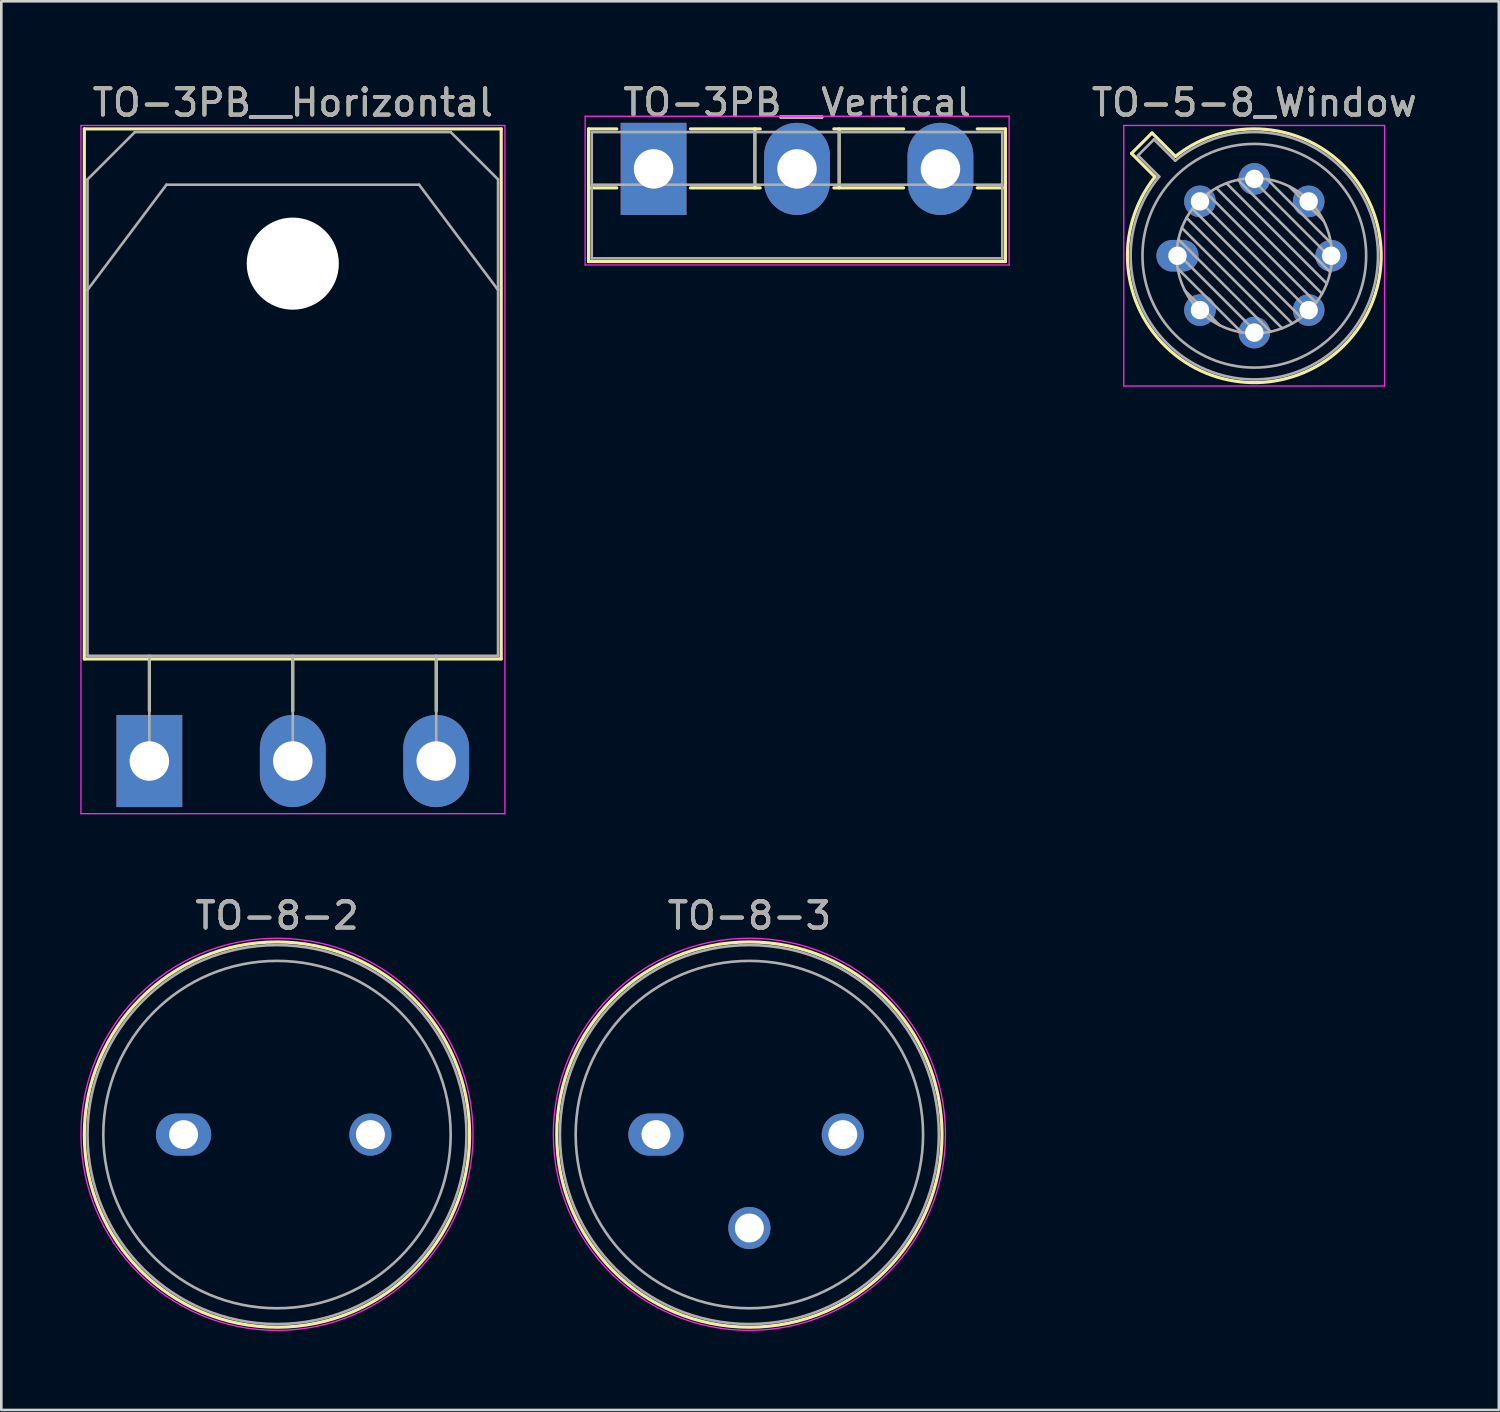
<source format=kicad_pcb>
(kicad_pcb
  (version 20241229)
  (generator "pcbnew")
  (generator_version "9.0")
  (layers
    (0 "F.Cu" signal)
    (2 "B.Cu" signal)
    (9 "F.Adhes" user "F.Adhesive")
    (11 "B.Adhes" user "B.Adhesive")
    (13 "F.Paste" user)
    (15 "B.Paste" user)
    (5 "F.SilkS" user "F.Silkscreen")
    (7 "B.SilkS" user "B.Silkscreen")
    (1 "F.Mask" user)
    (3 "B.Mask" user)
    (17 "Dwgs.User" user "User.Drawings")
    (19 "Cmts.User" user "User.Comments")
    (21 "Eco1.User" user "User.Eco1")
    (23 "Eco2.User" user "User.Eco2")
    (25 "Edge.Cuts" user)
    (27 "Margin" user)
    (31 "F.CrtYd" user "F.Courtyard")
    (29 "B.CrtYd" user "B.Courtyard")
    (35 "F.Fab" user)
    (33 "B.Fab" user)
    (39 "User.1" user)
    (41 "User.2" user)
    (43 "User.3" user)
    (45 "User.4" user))
  (footprint "TO-3PB__Vertical"
    (layer "F.Cu")
    (at 21.785 3.368)
    (property "Reference" "TO-3PB__Vertical" (at 5.45 -2.52 0) (layer "F.SilkS") (effects (font (size 1 1) (thickness 0.15))))
    (attr through_hole)
    (fp_line (start -2.47 -1.52) (end -2.47 3.52) (stroke (width 0.12) (type solid)) (layer "F.SilkS"))
    (fp_line (start -2.47 -1.52) (end -1.4 -1.52) (stroke (width 0.12) (type solid)) (layer "F.SilkS"))
    (fp_line (start -2.47 0.721) (end -1.4 0.721) (stroke (width 0.12) (type solid)) (layer "F.SilkS"))
    (fp_line (start -2.47 3.52) (end 13.37 3.52) (stroke (width 0.12) (type solid)) (layer "F.SilkS"))
    (fp_line (start 1.4 -1.52) (end 4.051 -1.52) (stroke (width 0.12) (type solid)) (layer "F.SilkS"))
    (fp_line (start 1.4 0.721) (end 4.051 0.721) (stroke (width 0.12) (type solid)) (layer "F.SilkS"))
    (fp_line (start 3.85 -1.52) (end 3.85 0.721) (stroke (width 0.12) (type solid)) (layer "F.SilkS"))
    (fp_line (start 6.85 -1.52) (end 9.5 -1.52) (stroke (width 0.12) (type solid)) (layer "F.SilkS"))
    (fp_line (start 6.85 0.721) (end 9.5 0.721) (stroke (width 0.12) (type solid)) (layer "F.SilkS"))
    (fp_line (start 7.051 -1.52) (end 7.051 0.721) (stroke (width 0.12) (type solid)) (layer "F.SilkS"))
    (fp_line (start 12.3 -1.52) (end 13.37 -1.52) (stroke (width 0.12) (type solid)) (layer "F.SilkS"))
    (fp_line (start 12.3 0.721) (end 13.37 0.721) (stroke (width 0.12) (type solid)) (layer "F.SilkS"))
    (fp_line (start 13.37 -1.52) (end 13.37 3.52) (stroke (width 0.12) (type solid)) (layer "F.SilkS"))
    (fp_line (start -2.6 -2) (end -2.6 3.65) (stroke (width 0.05) (type solid)) (layer "F.CrtYd"))
    (fp_line (start -2.6 3.65) (end 13.51 3.65) (stroke (width 0.05) (type solid)) (layer "F.CrtYd"))
    (fp_line (start 13.51 -2) (end -2.6 -2) (stroke (width 0.05) (type solid)) (layer "F.CrtYd"))
    (fp_line (start 13.51 3.65) (end 13.51 -2) (stroke (width 0.05) (type solid)) (layer "F.CrtYd"))
    (fp_line (start -2.35 -1.4) (end -2.35 3.4) (stroke (width 0.1) (type solid)) (layer "F.Fab"))
    (fp_line (start -2.35 0.6) (end 13.25 0.6) (stroke (width 0.1) (type solid)) (layer "F.Fab"))
    (fp_line (start -2.35 3.4) (end 13.25 3.4) (stroke (width 0.1) (type solid)) (layer "F.Fab"))
    (fp_line (start 3.85 -1.4) (end 3.85 0.6) (stroke (width 0.1) (type solid)) (layer "F.Fab"))
    (fp_line (start 7.05 -1.4) (end 7.05 0.6) (stroke (width 0.1) (type solid)) (layer "F.Fab"))
    (fp_line (start 13.25 -1.4) (end -2.35 -1.4) (stroke (width 0.1) (type solid)) (layer "F.Fab"))
    (fp_line (start 13.25 3.4) (end 13.25 -1.4) (stroke (width 0.1) (type solid)) (layer "F.Fab"))
    (fp_text user "${REFERENCE}" (at 5.45 -2.52 0) (layer "F.Fab") (effects (font (size 1 1) (thickness 0.15))))
    (pad "1" thru_hole rect (at 0 0) (size 2.5 3.5) (drill 1.5) (layers "*.Cu" "*.Mask"))
    (pad "2" thru_hole oval (at 5.45 0) (size 2.5 3.5) (drill 1.5) (layers "*.Cu" "*.Mask"))
    (pad "3" thru_hole oval (at 10.9 0) (size 2.5 3.5) (drill 1.5) (layers "*.Cu" "*.Mask")))
  (footprint "TO-3PB__Horizontal"
    (layer "F.Cu")
    (at 2.625 25.868)
    (property "Reference" "TO-3PB__Horizontal" (at 5.45 -25.02 0) (layer "F.SilkS") (effects (font (size 1 1) (thickness 0.15))))
    (attr through_hole)
    (fp_line (start -2.47 -24.02) (end -2.47 -3.88) (stroke (width 0.12) (type solid)) (layer "F.SilkS"))
    (fp_line (start -2.47 -24.02) (end 13.37 -24.02) (stroke (width 0.12) (type solid)) (layer "F.SilkS"))
    (fp_line (start -2.47 -3.88) (end 13.37 -3.88) (stroke (width 0.12) (type solid)) (layer "F.SilkS"))
    (fp_line (start 0 -3.88) (end 0 -1.9) (stroke (width 0.12) (type solid)) (layer "F.SilkS"))
    (fp_line (start 5.45 -3.88) (end 5.45 -1.9) (stroke (width 0.12) (type solid)) (layer "F.SilkS"))
    (fp_line (start 10.9 -3.88) (end 10.9 -1.9) (stroke (width 0.12) (type solid)) (layer "F.SilkS"))
    (fp_line (start 13.37 -24.02) (end 13.37 -3.88) (stroke (width 0.12) (type solid)) (layer "F.SilkS"))
    (fp_line (start -2.6 -24.15) (end -2.6 2) (stroke (width 0.05) (type solid)) (layer "F.CrtYd"))
    (fp_line (start -2.6 2) (end 13.51 2) (stroke (width 0.05) (type solid)) (layer "F.CrtYd"))
    (fp_line (start 13.51 -24.15) (end -2.6 -24.15) (stroke (width 0.05) (type solid)) (layer "F.CrtYd"))
    (fp_line (start 13.51 2) (end 13.51 -24.15) (stroke (width 0.05) (type solid)) (layer "F.CrtYd"))
    (fp_line (start -2.35 -22.1) (end -0.55 -23.9) (stroke (width 0.1) (type solid)) (layer "F.Fab"))
    (fp_line (start -2.35 -17.9) (end -2.35 -22.1) (stroke (width 0.1) (type solid)) (layer "F.Fab"))
    (fp_line (start -2.35 -17.9) (end 0.651 -21.9) (stroke (width 0.1) (type solid)) (layer "F.Fab"))
    (fp_line (start -2.35 -4) (end -2.35 -17.9) (stroke (width 0.1) (type solid)) (layer "F.Fab"))
    (fp_line (start -0.55 -23.9) (end 11.45 -23.9) (stroke (width 0.1) (type solid)) (layer "F.Fab"))
    (fp_line (start 0 -4) (end 0 0) (stroke (width 0.1) (type solid)) (layer "F.Fab"))
    (fp_line (start 0.651 -21.9) (end 10.25 -21.9) (stroke (width 0.1) (type solid)) (layer "F.Fab"))
    (fp_line (start 5.45 -4) (end 5.45 0) (stroke (width 0.1) (type solid)) (layer "F.Fab"))
    (fp_line (start 10.25 -21.9) (end 13.25 -17.9) (stroke (width 0.1) (type solid)) (layer "F.Fab"))
    (fp_line (start 10.9 -4) (end 10.9 0) (stroke (width 0.1) (type solid)) (layer "F.Fab"))
    (fp_line (start 11.45 -23.9) (end 13.25 -22.1) (stroke (width 0.1) (type solid)) (layer "F.Fab"))
    (fp_line (start 13.25 -22.1) (end 13.25 -17.9) (stroke (width 0.1) (type solid)) (layer "F.Fab"))
    (fp_line (start 13.25 -17.9) (end 13.25 -4) (stroke (width 0.1) (type solid)) (layer "F.Fab"))
    (fp_line (start 13.25 -4) (end -2.35 -4) (stroke (width 0.1) (type solid)) (layer "F.Fab"))
    (fp_circle (center 5.45 -18.9) (end 7.05 -18.9) (stroke (width 0.1) (type solid)) (fill no) (layer "F.Fab"))
    (fp_text user "${REFERENCE}" (at 5.45 -25.02 0) (layer "F.Fab") (effects (font (size 1 1) (thickness 0.15))))
    (pad "" np_thru_hole oval (at 5.45 -18.9) (size 3.5 3.5) (drill 3.5) (layers "*.Cu" "*.Mask"))
    (pad "1" thru_hole rect (at 0 0) (size 2.5 3.5) (drill 1.5) (layers "*.Cu" "*.Mask"))
    (pad "2" thru_hole oval (at 5.45 0) (size 2.5 3.5) (drill 1.5) (layers "*.Cu" "*.Mask"))
    (pad "3" thru_hole oval (at 10.9 0) (size 2.5 3.5) (drill 1.5) (layers "*.Cu" "*.Mask")))
  (footprint "TO-5-8_Window"
    (layer "F.Cu")
    (at 41.692 6.668)
    (property "Reference" "TO-5-8_Window" (at 2.92 -5.82 0) (layer "F.SilkS") (effects (font (size 1 1) (thickness 0.15))))
    (attr through_hole)
    (fp_line (start -1.746 -3.888) (end -0.855 -2.997) (stroke (width 0.12) (type solid)) (layer "F.SilkS"))
    (fp_line (start -0.968 -4.666) (end -1.746 -3.888) (stroke (width 0.12) (type solid)) (layer "F.SilkS"))
    (fp_line (start -0.077 -3.775) (end -0.968 -4.666) (stroke (width 0.12) (type solid)) (layer "F.SilkS"))
    (fp_arc (start -0.077084 -3.774902) (mid 6.328125 3.408384) (end -0.854674 -2.997371) (stroke (width 0.12) (type solid)) (layer "F.SilkS"))
    (fp_line (start -2.04 -4.95) (end -2.04 4.95) (stroke (width 0.05) (type solid)) (layer "F.CrtYd"))
    (fp_line (start -2.04 4.95) (end 7.87 4.95) (stroke (width 0.05) (type solid)) (layer "F.CrtYd"))
    (fp_line (start 7.87 -4.95) (end -2.04 -4.95) (stroke (width 0.05) (type solid)) (layer "F.CrtYd"))
    (fp_line (start 7.87 4.95) (end 7.87 -4.95) (stroke (width 0.05) (type solid)) (layer "F.CrtYd"))
    (fp_line (start -1.5 -3.812) (end -0.694 -3.005) (stroke (width 0.1) (type solid)) (layer "F.Fab"))
    (fp_line (start -0.892 -4.42) (end -1.5 -3.812) (stroke (width 0.1) (type solid)) (layer "F.Fab"))
    (fp_line (start -0.085 -3.614) (end -0.892 -4.42) (stroke (width 0.1) (type solid)) (layer "F.Fab"))
    (fp_line (start -0.028 -0.12) (end 3.04 2.948) (stroke (width 0.1) (type solid)) (layer "F.Fab"))
    (fp_line (start 0.009 0.485) (end 2.435 2.911) (stroke (width 0.1) (type solid)) (layer "F.Fab"))
    (fp_line (start 0.036 -0.622) (end 3.542 2.884) (stroke (width 0.1) (type solid)) (layer "F.Fab"))
    (fp_line (start 0.165 -1.058) (end 3.978 2.755) (stroke (width 0.1) (type solid)) (layer "F.Fab"))
    (fp_line (start 0.283 1.324) (end 1.596 2.637) (stroke (width 0.1) (type solid)) (layer "F.Fab"))
    (fp_line (start 0.346 -1.443) (end 4.363 2.574) (stroke (width 0.1) (type solid)) (layer "F.Fab"))
    (fp_line (start 0.57 -1.784) (end 4.704 2.35) (stroke (width 0.1) (type solid)) (layer "F.Fab"))
    (fp_line (start 0.834 -2.086) (end 5.006 2.086) (stroke (width 0.1) (type solid)) (layer "F.Fab"))
    (fp_line (start 1.136 -2.35) (end 5.27 1.784) (stroke (width 0.1) (type solid)) (layer "F.Fab"))
    (fp_line (start 1.477 -2.574) (end 5.494 1.443) (stroke (width 0.1) (type solid)) (layer "F.Fab"))
    (fp_line (start 1.862 -2.755) (end 5.675 1.058) (stroke (width 0.1) (type solid)) (layer "F.Fab"))
    (fp_line (start 2.298 -2.884) (end 5.804 0.622) (stroke (width 0.1) (type solid)) (layer "F.Fab"))
    (fp_line (start 2.8 -2.948) (end 5.868 0.12) (stroke (width 0.1) (type solid)) (layer "F.Fab"))
    (fp_line (start 3.405 -2.911) (end 5.831 -0.485) (stroke (width 0.1) (type solid)) (layer "F.Fab"))
    (fp_line (start 4.244 -2.637) (end 5.557 -1.324) (stroke (width 0.1) (type solid)) (layer "F.Fab"))
    (fp_arc (start -0.085408 -3.61352) (mid 6.243443 3.323361) (end -0.693594 -3.005319) (stroke (width 0.1) (type solid)) (layer "F.Fab"))
    (fp_circle (center 2.92 0) (end 5.87 0) (stroke (width 0.1) (type solid)) (fill no) (layer "F.Fab"))
    (fp_circle (center 2.92 0) (end 7.17 0) (stroke (width 0.1) (type solid)) (fill no) (layer "F.Fab"))
    (fp_text user "${REFERENCE}" (at 2.92 -5.82 0) (layer "F.Fab") (effects (font (size 1 1) (thickness 0.15))))
    (pad "1" thru_hole oval (at 0 0) (size 1.6 1.2) (drill 0.7) (layers "*.Cu" "*.Mask"))
    (pad "2" thru_hole oval (at 0.855 2.065) (size 1.2 1.2) (drill 0.7) (layers "*.Cu" "*.Mask"))
    (pad "3" thru_hole oval (at 2.92 2.92) (size 1.2 1.2) (drill 0.7) (layers "*.Cu" "*.Mask"))
    (pad "4" thru_hole oval (at 4.985 2.065) (size 1.2 1.2) (drill 0.7) (layers "*.Cu" "*.Mask"))
    (pad "5" thru_hole oval (at 5.84 0) (size 1.2 1.2) (drill 0.7) (layers "*.Cu" "*.Mask"))
    (pad "6" thru_hole oval (at 4.985 -2.065) (size 1.2 1.2) (drill 0.7) (layers "*.Cu" "*.Mask"))
    (pad "7" thru_hole oval (at 2.92 -2.92) (size 1.2 1.2) (drill 0.7) (layers "*.Cu" "*.Mask"))
    (pad "8" thru_hole oval (at 0.855 -2.065) (size 1.2 1.2) (drill 0.7) (layers "*.Cu" "*.Mask")))
  (footprint "TO-8-2"
    (layer "F.Cu")
    (at 3.925 40.062)
    (property "Reference" "TO-8-2" (at 3.55 -8.32 0) (layer "F.SilkS") (effects (font (size 1 1) (thickness 0.15))))
    (attr through_hole)
    (fp_circle (center 3.55 0) (end 10.87 0) (stroke (width 0.12) (type solid)) (fill no) (layer "F.SilkS"))
    (fp_circle (center 3.55 -0.01) (end 11 -0.01) (stroke (width 0.05) (type solid)) (fill no) (layer "F.CrtYd"))
    (fp_circle (center 3.55 0) (end 10.15 0) (stroke (width 0.1) (type solid)) (fill no) (layer "F.Fab"))
    (fp_circle (center 3.55 0) (end 10.75 0) (stroke (width 0.1) (type solid)) (fill no) (layer "F.Fab"))
    (fp_text user "${REFERENCE}" (at 3.55 -8.32 0) (layer "F.Fab") (effects (font (size 1 1) (thickness 0.15))))
    (pad "1" thru_hole oval (at 0 0) (size 2.1 1.6) (drill 1.1) (layers "*.Cu" "*.Mask"))
    (pad "2" thru_hole oval (at 7.1 0) (size 1.6 1.6) (drill 1.1) (layers "*.Cu" "*.Mask")))
  (footprint "TO-8-3"
    (layer "F.Cu")
    (at 21.875 40.062)
    (property "Reference" "TO-8-3" (at 3.55 -8.32 0) (layer "F.SilkS") (effects (font (size 1 1) (thickness 0.15))))
    (attr through_hole)
    (fp_circle (center 3.55 0) (end 10.87 0) (stroke (width 0.12) (type solid)) (fill no) (layer "F.SilkS"))
    (fp_circle (center 3.55 -0.01) (end 11 -0.01) (stroke (width 0.05) (type solid)) (fill no) (layer "F.CrtYd"))
    (fp_circle (center 3.55 0) (end 10.15 0) (stroke (width 0.1) (type solid)) (fill no) (layer "F.Fab"))
    (fp_circle (center 3.55 0) (end 10.75 0) (stroke (width 0.1) (type solid)) (fill no) (layer "F.Fab"))
    (fp_text user "${REFERENCE}" (at 3.55 -8.32 0) (layer "F.Fab") (effects (font (size 1 1) (thickness 0.15))))
    (pad "1" thru_hole oval (at 0 0) (size 2.1 1.6) (drill 1.1) (layers "*.Cu" "*.Mask"))
    (pad "2" thru_hole oval (at 3.55 3.55) (size 1.6 1.6) (drill 1.1) (layers "*.Cu" "*.Mask"))
    (pad "3" thru_hole oval (at 7.1 0) (size 1.6 1.6) (drill 1.1) (layers "*.Cu" "*.Mask")))
  (gr_rect
    (start -3 -3)
    (end 53.903 50.526)
    (stroke (width 0.1) (type default))
    (fill no)
    (layer "Edge.Cuts")))
</source>
